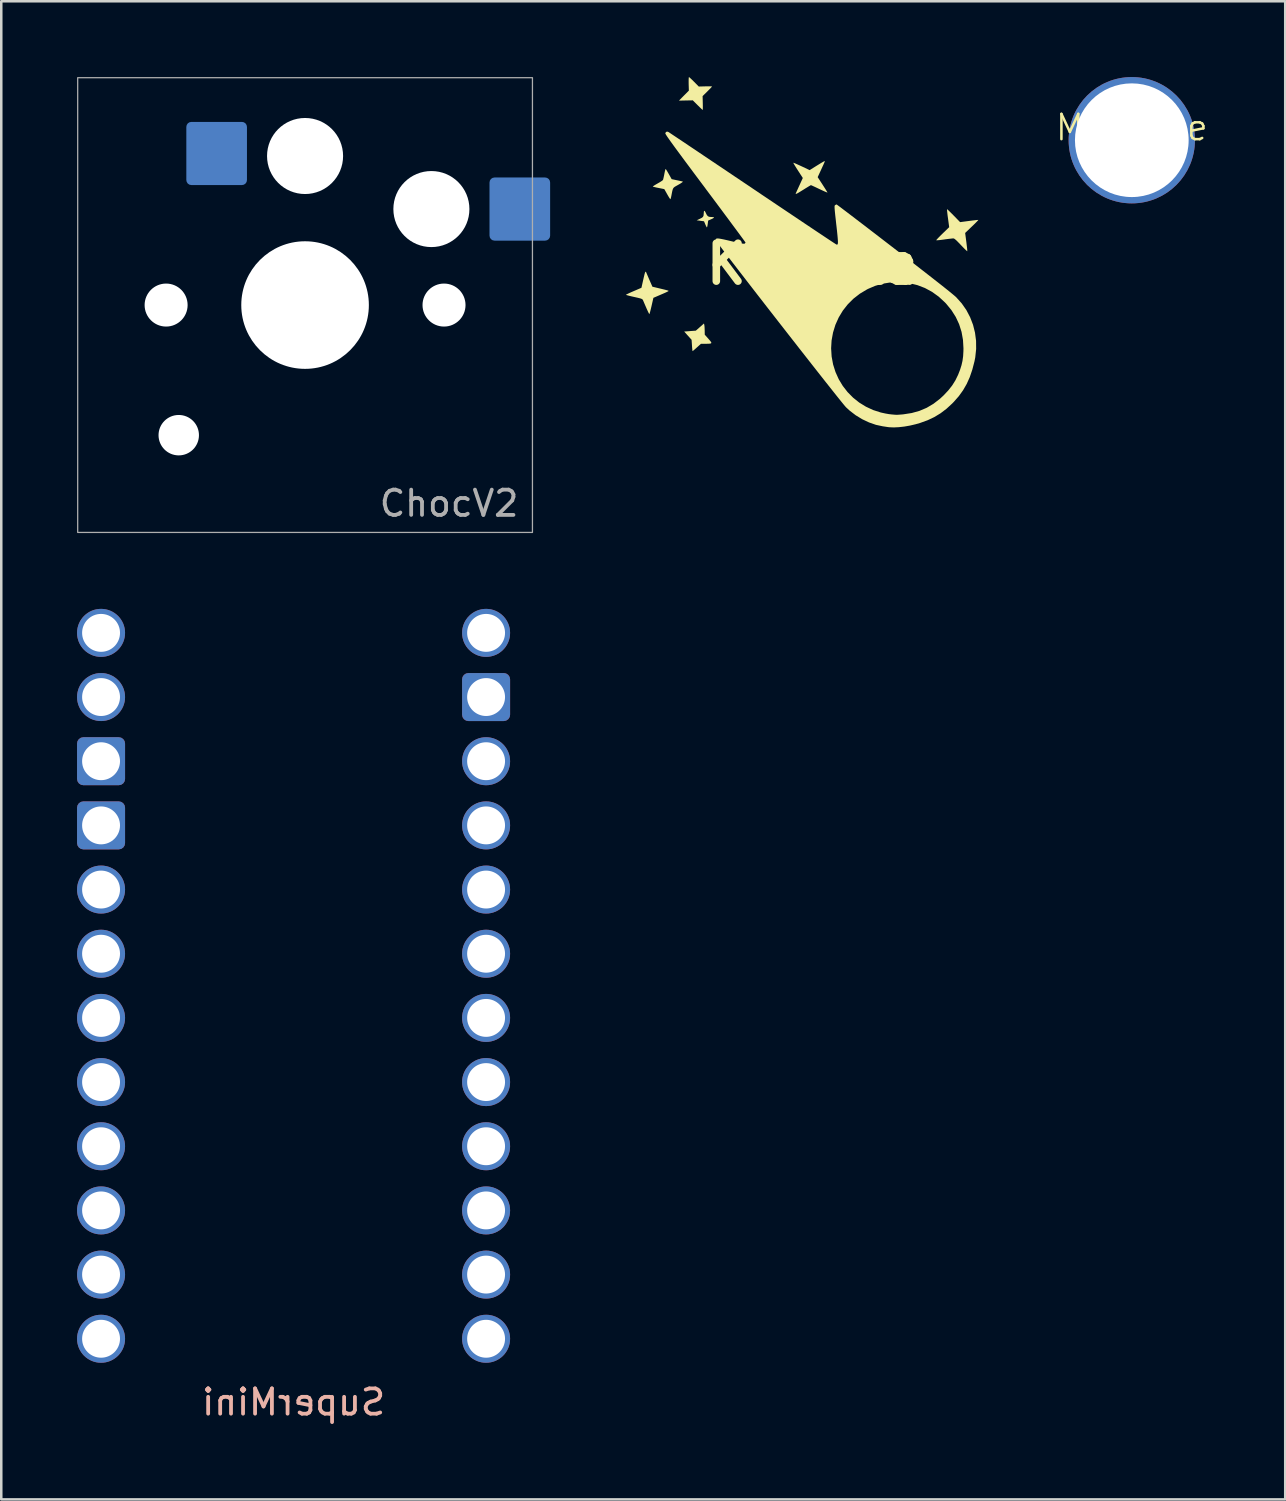
<source format=kicad_pcb>
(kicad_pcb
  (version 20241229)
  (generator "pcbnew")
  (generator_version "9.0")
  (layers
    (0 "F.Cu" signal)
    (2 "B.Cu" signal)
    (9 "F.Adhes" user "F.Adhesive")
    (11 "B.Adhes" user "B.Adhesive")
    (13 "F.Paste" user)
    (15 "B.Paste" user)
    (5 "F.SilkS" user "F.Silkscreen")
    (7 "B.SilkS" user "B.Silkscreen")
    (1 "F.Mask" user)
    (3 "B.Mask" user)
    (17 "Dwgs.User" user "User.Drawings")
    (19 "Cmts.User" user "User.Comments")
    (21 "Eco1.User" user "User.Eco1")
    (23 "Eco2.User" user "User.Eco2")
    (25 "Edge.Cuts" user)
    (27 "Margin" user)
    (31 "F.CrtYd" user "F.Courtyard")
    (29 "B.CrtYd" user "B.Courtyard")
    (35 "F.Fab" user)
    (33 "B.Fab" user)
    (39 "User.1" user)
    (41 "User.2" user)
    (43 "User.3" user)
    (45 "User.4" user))
  (footprint "Kometa"
    (layer "F.Cu")
    (at 29.124 7.399)
    (property "Reference" "Kometa" (at 0 0 0) (layer "F.SilkS") (effects (font (size 1.5 1.5) (thickness 0.3))))
    (attr board_only exclude_from_pos_files exclude_from_bom)
    (fp_poly (pts (xy -4.297 2.411) (xy -4.29 2.459) (xy -4.285 2.533) (xy -4.282 2.619) (xy -4.281 2.633) (xy -4.279 2.798) (xy -4.133 2.963) (xy -4.066 3.04) (xy -4.027 3.093) (xy -4.017 3.127) (xy -4.041 3.146) (xy -4.099 3.155) (xy -4.195 3.158) (xy -4.246 3.158) (xy -4.43 3.16) (xy -4.591 3.304) (xy -4.658 3.364) (xy -4.713 3.412) (xy -4.75 3.442) (xy -4.761 3.449) (xy -4.766 3.43) (xy -4.773 3.378) (xy -4.78 3.301) (xy -4.785 3.225) (xy -4.8 3) (xy -4.947 2.837) (xy -5.093 2.674) (xy -4.863 2.656) (xy -4.632 2.639) (xy -4.471 2.497) (xy -4.31 2.355)) (stroke (width 0) (type solid)) (fill yes) (layer "F.SilkS"))
    (fp_poly (pts (xy -4.278 -2.096) (xy -4.249 -2.046) (xy -4.235 -2.015) (xy -4.194 -1.934) (xy -4.148 -1.886) (xy -4.086 -1.864) (xy -4.02 -1.86) (xy -3.947 -1.856) (xy -3.914 -1.845) (xy -3.921 -1.826) (xy -3.969 -1.797) (xy -4.013 -1.776) (xy -4.144 -1.718) (xy -4.162 -1.582) (xy -4.173 -1.514) (xy -4.184 -1.465) (xy -4.193 -1.447) (xy -4.207 -1.464) (xy -4.231 -1.51) (xy -4.257 -1.568) (xy -4.308 -1.69) (xy -4.453 -1.71) (xy -4.598 -1.729) (xy -4.471 -1.789) (xy -4.394 -1.828) (xy -4.349 -1.866) (xy -4.327 -1.914) (xy -4.32 -1.984) (xy -4.319 -2.005) (xy -4.314 -2.076) (xy -4.3 -2.106)) (stroke (width 0) (type solid)) (fill yes) (layer "F.SilkS"))
    (fp_poly (pts (xy -4.884 -7.385) (xy -4.841 -7.347) (xy -4.781 -7.29) (xy -4.711 -7.221) (xy -4.701 -7.211) (xy -4.516 -7.024) (xy -4.252 -7.031) (xy -4.153 -7.032) (xy -4.071 -7.032) (xy -4.014 -7.03) (xy -3.989 -7.027) (xy -3.989 -7.026) (xy -4.003 -7.009) (xy -4.041 -6.968) (xy -4.097 -6.91) (xy -4.166 -6.84) (xy -4.176 -6.83) (xy -4.364 -6.645) (xy -4.357 -6.371) (xy -4.355 -6.27) (xy -4.355 -6.186) (xy -4.356 -6.126) (xy -4.359 -6.098) (xy -4.36 -6.097) (xy -4.378 -6.111) (xy -4.419 -6.148) (xy -4.478 -6.205) (xy -4.548 -6.274) (xy -4.562 -6.287) (xy -4.752 -6.477) (xy -5.027 -6.472) (xy -5.301 -6.466) (xy -5.105 -6.664) (xy -4.908 -6.862) (xy -4.916 -7.131) (xy -4.917 -7.23) (xy -4.916 -7.313) (xy -4.912 -7.372) (xy -4.906 -7.398) (xy -4.905 -7.399)) (stroke (width 0) (type solid)) (fill yes) (layer "F.SilkS"))
    (fp_poly (pts (xy -5.813 -3.745) (xy -5.783 -3.699) (xy -5.743 -3.631) (xy -5.702 -3.56) (xy -5.589 -3.358) (xy -5.383 -3.315) (xy -5.293 -3.296) (xy -5.217 -3.279) (xy -5.164 -3.267) (xy -5.147 -3.262) (xy -5.151 -3.249) (xy -5.187 -3.22) (xy -5.252 -3.178) (xy -5.326 -3.135) (xy -5.405 -3.091) (xy -5.462 -3.058) (xy -5.502 -3.027) (xy -5.529 -2.992) (xy -5.549 -2.944) (xy -5.566 -2.877) (xy -5.585 -2.783) (xy -5.602 -2.692) (xy -5.617 -2.625) (xy -5.631 -2.579) (xy -5.641 -2.563) (xy -5.656 -2.58) (xy -5.686 -2.626) (xy -5.727 -2.693) (xy -5.767 -2.763) (xy -5.88 -2.964) (xy -6.103 -3.009) (xy -6.194 -3.027) (xy -6.269 -3.045) (xy -6.319 -3.058) (xy -6.336 -3.064) (xy -6.324 -3.078) (xy -6.282 -3.106) (xy -6.217 -3.146) (xy -6.148 -3.185) (xy -6.065 -3.233) (xy -5.996 -3.276) (xy -5.949 -3.31) (xy -5.932 -3.327) (xy -5.922 -3.36) (xy -5.907 -3.423) (xy -5.889 -3.506) (xy -5.879 -3.56) (xy -5.862 -3.645) (xy -5.846 -3.712) (xy -5.833 -3.753) (xy -5.828 -3.761)) (stroke (width 0) (type solid)) (fill yes) (layer "F.SilkS"))
    (fp_poly (pts (xy 5.33 -2.156) (xy 5.372 -2.117) (xy 5.433 -2.058) (xy 5.508 -1.984) (xy 5.577 -1.914) (xy 5.828 -1.657) (xy 6.185 -1.704) (xy 6.301 -1.719) (xy 6.403 -1.731) (xy 6.482 -1.74) (xy 6.534 -1.744) (xy 6.55 -1.744) (xy 6.539 -1.728) (xy 6.502 -1.688) (xy 6.444 -1.629) (xy 6.37 -1.556) (xy 6.293 -1.482) (xy 6.028 -1.228) (xy 6.075 -0.871) (xy 6.089 -0.754) (xy 6.101 -0.653) (xy 6.109 -0.572) (xy 6.112 -0.52) (xy 6.112 -0.504) (xy 6.095 -0.515) (xy 6.055 -0.552) (xy 5.996 -0.609) (xy 5.924 -0.683) (xy 5.857 -0.753) (xy 5.761 -0.853) (xy 5.689 -0.926) (xy 5.634 -0.974) (xy 5.595 -1.002) (xy 5.566 -1.012) (xy 5.559 -1.013) (xy 5.52 -1.01) (xy 5.449 -1.002) (xy 5.355 -0.991) (xy 5.246 -0.977) (xy 5.2 -0.97) (xy 5.092 -0.956) (xy 4.999 -0.945) (xy 4.929 -0.939) (xy 4.889 -0.938) (xy 4.882 -0.939) (xy 4.893 -0.956) (xy 4.929 -0.997) (xy 4.986 -1.057) (xy 5.059 -1.13) (xy 5.134 -1.204) (xy 5.396 -1.457) (xy 5.348 -1.814) (xy 5.332 -1.929) (xy 5.321 -2.029) (xy 5.313 -2.107) (xy 5.31 -2.156) (xy 5.312 -2.17)) (stroke (width 0) (type solid)) (fill yes) (layer "F.SilkS"))
    (fp_poly (pts (xy -6.604 0.318) (xy -6.588 0.35) (xy -6.584 0.362) (xy -6.562 0.414) (xy -6.528 0.493) (xy -6.488 0.587) (xy -6.451 0.672) (xy -6.351 0.899) (xy -6.105 0.958) (xy -5.968 0.991) (xy -5.865 1.016) (xy -5.794 1.034) (xy -5.747 1.047) (xy -5.722 1.057) (xy -5.712 1.064) (xy -5.714 1.071) (xy -5.717 1.075) (xy -5.742 1.089) (xy -5.797 1.116) (xy -5.876 1.152) (xy -5.973 1.194) (xy -6.024 1.216) (xy -6.312 1.34) (xy -6.385 1.662) (xy -6.411 1.771) (xy -6.434 1.864) (xy -6.454 1.935) (xy -6.467 1.976) (xy -6.472 1.984) (xy -6.485 1.966) (xy -6.51 1.918) (xy -6.544 1.846) (xy -6.582 1.762) (xy -6.624 1.665) (xy -6.663 1.575) (xy -6.694 1.502) (xy -6.711 1.463) (xy -6.723 1.433) (xy -6.736 1.411) (xy -6.756 1.393) (xy -6.789 1.376) (xy -6.839 1.36) (xy -6.914 1.341) (xy -7.019 1.317) (xy -7.136 1.291) (xy -7.234 1.268) (xy -7.315 1.247) (xy -7.372 1.231) (xy -7.398 1.22) (xy -7.399 1.219) (xy -7.381 1.207) (xy -7.331 1.182) (xy -7.256 1.146) (xy -7.162 1.104) (xy -7.092 1.074) (xy -6.785 0.942) (xy -6.718 0.642) (xy -6.687 0.508) (xy -6.664 0.411) (xy -6.646 0.347) (xy -6.631 0.313) (xy -6.617 0.304)) (stroke (width 0) (type solid)) (fill yes) (layer "F.SilkS"))
    (fp_poly (pts (xy 0.472 -4.066) (xy 0.468 -4.047) (xy 0.452 -4.009) (xy 0.426 -3.948) (xy 0.385 -3.86) (xy 0.33 -3.739) (xy 0.325 -3.728) (xy 0.191 -3.437) (xy 0.385 -3.139) (xy 0.448 -3.041) (xy 0.503 -2.955) (xy 0.545 -2.886) (xy 0.572 -2.842) (xy 0.578 -2.828) (xy 0.561 -2.832) (xy 0.512 -2.851) (xy 0.438 -2.883) (xy 0.345 -2.926) (xy 0.257 -2.967) (xy 0.152 -3.017) (xy 0.059 -3.061) (xy -0.014 -3.094) (xy -0.061 -3.115) (xy -0.076 -3.121) (xy -0.097 -3.11) (xy -0.146 -3.082) (xy -0.218 -3.038) (xy -0.305 -2.985) (xy -0.35 -2.956) (xy -0.47 -2.882) (xy -0.558 -2.828) (xy -0.62 -2.793) (xy -0.659 -2.776) (xy -0.677 -2.773) (xy -0.68 -2.784) (xy -0.677 -2.792) (xy -0.665 -2.82) (xy -0.638 -2.879) (xy -0.601 -2.96) (xy -0.557 -3.057) (xy -0.531 -3.113) (xy -0.398 -3.404) (xy -0.59 -3.701) (xy -0.653 -3.799) (xy -0.706 -3.884) (xy -0.746 -3.951) (xy -0.769 -3.994) (xy -0.774 -4.007) (xy -0.753 -4.002) (xy -0.701 -3.982) (xy -0.625 -3.948) (xy -0.53 -3.905) (xy -0.445 -3.866) (xy -0.127 -3.715) (xy 0.139 -3.882) (xy 0.235 -3.941) (xy 0.321 -3.994) (xy 0.389 -4.034) (xy 0.433 -4.059) (xy 0.444 -4.064) (xy 0.459 -4.07) (xy 0.469 -4.072)) (stroke (width 0) (type solid)) (fill yes) (layer "F.SilkS"))
    (fp_poly (pts (xy -5.718 -5.225) (xy -5.697 -5.212) (xy -5.643 -5.176) (xy -5.558 -5.119) (xy -5.444 -5.043) (xy -5.302 -4.948) (xy -5.134 -4.836) (xy -4.942 -4.707) (xy -4.728 -4.564) (xy -4.493 -4.406) (xy -4.239 -4.235) (xy -3.968 -4.053) (xy -3.68 -3.86) (xy -3.379 -3.658) (xy -3.066 -3.447) (xy -2.741 -3.229) (xy -2.408 -3.005) (xy -2.387 -2.991) (xy -2.054 -2.766) (xy -1.729 -2.548) (xy -1.415 -2.337) (xy -1.114 -2.135) (xy -0.826 -1.942) (xy -0.555 -1.76) (xy -0.3 -1.589) (xy -0.065 -1.432) (xy 0.15 -1.288) (xy 0.342 -1.16) (xy 0.51 -1.048) (xy 0.653 -0.953) (xy 0.768 -0.877) (xy 0.854 -0.821) (xy 0.909 -0.785) (xy 0.931 -0.771) (xy 0.931 -0.771) (xy 0.953 -0.767) (xy 0.97 -0.77) (xy 0.983 -0.786) (xy 0.99 -0.816) (xy 0.993 -0.864) (xy 0.99 -0.935) (xy 0.983 -1.032) (xy 0.971 -1.158) (xy 0.955 -1.317) (xy 0.933 -1.512) (xy 0.927 -1.56) (xy 0.906 -1.755) (xy 0.888 -1.912) (xy 0.875 -2.037) (xy 0.866 -2.132) (xy 0.861 -2.203) (xy 0.859 -2.254) (xy 0.86 -2.287) (xy 0.865 -2.309) (xy 0.872 -2.321) (xy 0.881 -2.329) (xy 0.919 -2.351) (xy 0.939 -2.356) (xy 0.958 -2.344) (xy 1.007 -2.307) (xy 1.086 -2.249) (xy 1.191 -2.169) (xy 1.322 -2.07) (xy 1.476 -1.953) (xy 1.651 -1.819) (xy 1.846 -1.67) (xy 2.059 -1.508) (xy 2.287 -1.332) (xy 2.529 -1.147) (xy 2.783 -0.951) (xy 3.047 -0.748) (xy 3.224 -0.612) (xy 3.611 -0.313) (xy 3.964 -0.04) (xy 4.285 0.209) (xy 4.572 0.433) (xy 4.827 0.632) (xy 5.049 0.806) (xy 5.238 0.956) (xy 5.394 1.081) (xy 5.517 1.182) (xy 5.608 1.258) (xy 5.666 1.309) (xy 5.675 1.318) (xy 5.892 1.56) (xy 6.076 1.824) (xy 6.225 2.108) (xy 6.34 2.407) (xy 6.418 2.719) (xy 6.46 3.04) (xy 6.463 3.366) (xy 6.428 3.696) (xy 6.397 3.854) (xy 6.311 4.184) (xy 6.21 4.48) (xy 6.089 4.749) (xy 5.946 4.997) (xy 5.778 5.231) (xy 5.581 5.455) (xy 5.519 5.519) (xy 5.29 5.73) (xy 5.056 5.908) (xy 4.81 6.058) (xy 4.544 6.184) (xy 4.251 6.29) (xy 4.065 6.344) (xy 3.843 6.396) (xy 3.62 6.435) (xy 3.404 6.459) (xy 3.205 6.469) (xy 3.032 6.462) (xy 2.976 6.456) (xy 2.93 6.449) (xy 2.859 6.438) (xy 2.776 6.426) (xy 2.769 6.425) (xy 2.498 6.367) (xy 2.224 6.272) (xy 1.955 6.145) (xy 1.698 5.989) (xy 1.461 5.808) (xy 1.313 5.672) (xy 1.283 5.638) (xy 1.229 5.574) (xy 1.154 5.482) (xy 1.058 5.363) (xy 0.944 5.221) (xy 0.813 5.056) (xy 0.666 4.871) (xy 0.505 4.668) (xy 0.332 4.448) (xy 0.147 4.213) (xy -0.048 3.965) (xy -0.251 3.706) (xy -0.461 3.438) (xy -0.54 3.338) (xy 0.723 3.338) (xy 0.743 3.663) (xy 0.801 3.976) (xy 0.896 4.277) (xy 1.024 4.561) (xy 1.184 4.826) (xy 1.374 5.07) (xy 1.591 5.29) (xy 1.834 5.484) (xy 2.1 5.648) (xy 2.386 5.781) (xy 2.692 5.879) (xy 2.875 5.919) (xy 3.007 5.942) (xy 3.127 5.956) (xy 3.258 5.967) (xy 3.298 5.969) (xy 3.345 5.969) (xy 3.421 5.964) (xy 3.515 5.957) (xy 3.587 5.95) (xy 3.914 5.899) (xy 4.219 5.814) (xy 4.504 5.693) (xy 4.773 5.534) (xy 5.028 5.338) (xy 5.168 5.208) (xy 5.357 5.008) (xy 5.513 4.81) (xy 5.642 4.605) (xy 5.75 4.383) (xy 5.825 4.191) (xy 5.883 4.008) (xy 5.923 3.832) (xy 5.948 3.649) (xy 5.959 3.447) (xy 5.961 3.338) (xy 5.942 3.004) (xy 5.885 2.686) (xy 5.789 2.383) (xy 5.655 2.095) (xy 5.483 1.824) (xy 5.273 1.568) (xy 5.227 1.52) (xy 4.981 1.293) (xy 4.717 1.103) (xy 4.436 0.951) (xy 4.139 0.837) (xy 3.827 0.761) (xy 3.5 0.724) (xy 3.348 0.72) (xy 3.036 0.736) (xy 2.744 0.783) (xy 2.464 0.866) (xy 2.188 0.984) (xy 2.143 1.007) (xy 1.862 1.175) (xy 1.608 1.372) (xy 1.382 1.597) (xy 1.186 1.846) (xy 1.023 2.117) (xy 0.893 2.406) (xy 0.799 2.711) (xy 0.741 3.028) (xy 0.723 3.338) (xy -0.54 3.338) (xy -0.676 3.163) (xy -0.896 2.882) (xy -1.117 2.599) (xy -1.34 2.313) (xy -1.562 2.028) (xy -1.782 1.746) (xy -1.998 1.467) (xy -2.21 1.195) (xy -2.415 0.93) (xy -2.612 0.675) (xy -2.8 0.432) (xy -2.977 0.203) (xy -3.142 -0.011) (xy -3.293 -0.208) (xy -3.429 -0.385) (xy -3.548 -0.542) (xy -3.648 -0.675) (xy -3.73 -0.783) (xy -3.79 -0.864) (xy -3.827 -0.917) (xy -3.84 -0.939) (xy -3.842 -0.97) (xy -3.834 -0.993) (xy -3.813 -1.006) (xy -3.775 -1.011) (xy -3.717 -1.007) (xy -3.633 -0.993) (xy -3.52 -0.97) (xy -3.373 -0.937) (xy -3.247 -0.907) (xy -3.08 -0.868) (xy -2.949 -0.839) (xy -2.849 -0.818) (xy -2.778 -0.806) (xy -2.731 -0.801) (xy -2.703 -0.804) (xy -2.695 -0.808) (xy -2.67 -0.837) (xy -2.666 -0.85) (xy -2.678 -0.869) (xy -2.714 -0.919) (xy -2.771 -0.997) (xy -2.849 -1.103) (xy -2.945 -1.234) (xy -3.06 -1.389) (xy -3.19 -1.564) (xy -3.334 -1.759) (xy -3.492 -1.971) (xy -3.661 -2.199) (xy -3.841 -2.44) (xy -4.029 -2.692) (xy -4.225 -2.953) (xy -4.259 -3) (xy -4.497 -3.318) (xy -4.711 -3.604) (xy -4.902 -3.861) (xy -5.072 -4.089) (xy -5.221 -4.291) (xy -5.351 -4.467) (xy -5.463 -4.619) (xy -5.558 -4.75) (xy -5.637 -4.859) (xy -5.701 -4.95) (xy -5.752 -5.023) (xy -5.79 -5.08) (xy -5.817 -5.123) (xy -5.833 -5.152) (xy -5.84 -5.171) (xy -5.84 -5.177) (xy -5.812 -5.226) (xy -5.764 -5.24)) (stroke (width 0) (type solid)) (fill yes) (layer "F.SilkS")))
  (footprint "M5 hole"
    (layer "F.Cu")
    (at 41.748 2.5)
    (property "Reference" "M5 hole" (at 0 -0.5 0) (unlocked yes) (layer "F.SilkS") (effects (font (size 1 1) (thickness 0.1))))
    (attr smd)
    (pad "" thru_hole circle (at 0 0 180) (size 5 5) (drill 4.5) (layers "*.Cu" "*.Paste" "*.Mask")))
  (footprint "ChocV2"
    (layer "F.Cu")
    (at 9.025 9.025)
    (property "Reference" "ChocV2" (at 5.7 7.85 0) (layer "F.Fab") (effects (font (size 1 1) (thickness 0.15))))
    (attr smd)
    (fp_rect (start -9 -9) (end 9 9) (stroke (width 0.05) (type solid)) (fill no) (layer "F.Fab"))
    (pad "" np_thru_hole circle (at -5.5 0) (size 1.702 1.702) (drill 1.702) (layers "*.Cu" "*.Mask"))
    (pad "" np_thru_hole circle (at -5 5.15) (size 1.6 1.6) (drill 1.6) (layers "*.Cu" "*.Mask"))
    (pad "" np_thru_hole circle (at 0 -5.9) (size 3.01 3.01) (drill 3.01) (layers "*.Cu" "*.Mask"))
    (pad "" np_thru_hole circle (at 0 0) (size 5.05 5.05) (drill 5.05) (layers "*.Cu" "*.Mask"))
    (pad "" np_thru_hole circle (at 5 -3.8) (size 3.01 3.01) (drill 3.01) (layers "*.Cu" "*.Mask"))
    (pad "" np_thru_hole circle (at 5.5 0) (size 1.702 1.702) (drill 1.702) (layers "*.Cu" "*.Mask"))
    (pad "1" smd roundrect (at 8.5 -3.8) (size 2.4 2.5) (layers "B.Cu" "B.Mask" "B.Paste") (roundrect_rratio 0.083))
    (pad "2" smd roundrect (at -3.5 -6) (size 2.4 2.5) (layers "B.Cu" "B.Mask" "B.Paste") (roundrect_rratio 0.083)))
  (footprint "SuperMini"
    (layer "F.Cu")
    (at 8.57 34.7)
    (property "Reference" "SuperMini" (at 0 17.75 0) (layer "B.SilkS") (effects (font (size 1 1) (thickness 0.15)) (justify mirror)))
    (pad "1" thru_hole oval (at -7.62 -12.7) (size 1.9 1.9) (drill 1.5) (layers "*.Cu" "*.Paste" "*.Mask"))
    (pad "2" thru_hole oval (at -7.62 -10.16) (size 1.9 1.9) (drill 1.5) (layers "*.Cu" "*.Paste" "*.Mask"))
    (pad "3" thru_hole roundrect (at -7.62 -7.62) (size 1.9 1.9) (drill 1.5) (layers "*.Cu" "*.Paste" "*.Mask") (roundrect_rratio 0.132))
    (pad "4" thru_hole roundrect (at -7.62 -5.08) (size 1.9 1.9) (drill 1.5) (layers "*.Cu" "*.Paste" "*.Mask") (roundrect_rratio 0.132))
    (pad "5" thru_hole oval (at -7.62 -2.54) (size 1.9 1.9) (drill 1.5) (layers "*.Cu" "*.Paste" "*.Mask"))
    (pad "6" thru_hole oval (at -7.62 0) (size 1.9 1.9) (drill 1.5) (layers "*.Cu" "*.Paste" "*.Mask"))
    (pad "7" thru_hole oval (at -7.62 2.54) (size 1.9 1.9) (drill 1.5) (layers "*.Cu" "*.Paste" "*.Mask"))
    (pad "8" thru_hole oval (at -7.62 5.08) (size 1.9 1.9) (drill 1.5) (layers "*.Cu" "*.Paste" "*.Mask"))
    (pad "9" thru_hole oval (at -7.62 7.62) (size 1.9 1.9) (drill 1.5) (layers "*.Cu" "*.Paste" "*.Mask"))
    (pad "10" thru_hole oval (at -7.62 10.16) (size 1.9 1.9) (drill 1.5) (layers "*.Cu" "*.Paste" "*.Mask"))
    (pad "11" thru_hole oval (at -7.62 12.7) (size 1.9 1.9) (drill 1.5) (layers "*.Cu" "*.Paste" "*.Mask"))
    (pad "12" thru_hole oval (at -7.62 15.24) (size 1.9 1.9) (drill 1.5) (layers "*.Cu" "*.Paste" "*.Mask"))
    (pad "13" thru_hole oval (at 7.62 15.24) (size 1.9 1.9) (drill 1.5) (layers "*.Cu" "*.Paste" "*.Mask"))
    (pad "14" thru_hole oval (at 7.62 12.7) (size 1.9 1.9) (drill 1.5) (layers "*.Cu" "*.Paste" "*.Mask"))
    (pad "15" thru_hole oval (at 7.62 10.16) (size 1.9 1.9) (drill 1.5) (layers "*.Cu" "*.Paste" "*.Mask"))
    (pad "16" thru_hole oval (at 7.62 7.62) (size 1.9 1.9) (drill 1.5) (layers "*.Cu" "*.Paste" "*.Mask"))
    (pad "17" thru_hole oval (at 7.62 5.08) (size 1.9 1.9) (drill 1.5) (layers "*.Cu" "*.Paste" "*.Mask"))
    (pad "18" thru_hole oval (at 7.62 2.54) (size 1.9 1.9) (drill 1.5) (layers "*.Cu" "*.Paste" "*.Mask"))
    (pad "19" thru_hole oval (at 7.62 0) (size 1.9 1.9) (drill 1.5) (layers "*.Cu" "*.Paste" "*.Mask"))
    (pad "20" thru_hole oval (at 7.62 -2.54) (size 1.9 1.9) (drill 1.5) (layers "*.Cu" "*.Paste" "*.Mask"))
    (pad "21" thru_hole oval (at 7.62 -5.08) (size 1.9 1.9) (drill 1.5) (layers "*.Cu" "*.Paste" "*.Mask"))
    (pad "22" thru_hole oval (at 7.62 -7.62) (size 1.9 1.9) (drill 1.5) (layers "*.Cu" "*.Paste" "*.Mask"))
    (pad "23" thru_hole roundrect (at 7.62 -10.16) (size 1.9 1.9) (drill 1.5) (layers "*.Cu" "*.Paste" "*.Mask") (roundrect_rratio 0.132))
    (pad "24" thru_hole oval (at 7.62 -12.7) (size 1.9 1.9) (drill 1.5) (layers "*.Cu" "*.Paste" "*.Mask")))
  (gr_rect
    (start -3 -3)
    (end 47.821 56.298)
    (stroke (width 0.1) (type default))
    (fill no)
    (layer "Edge.Cuts")))
</source>
